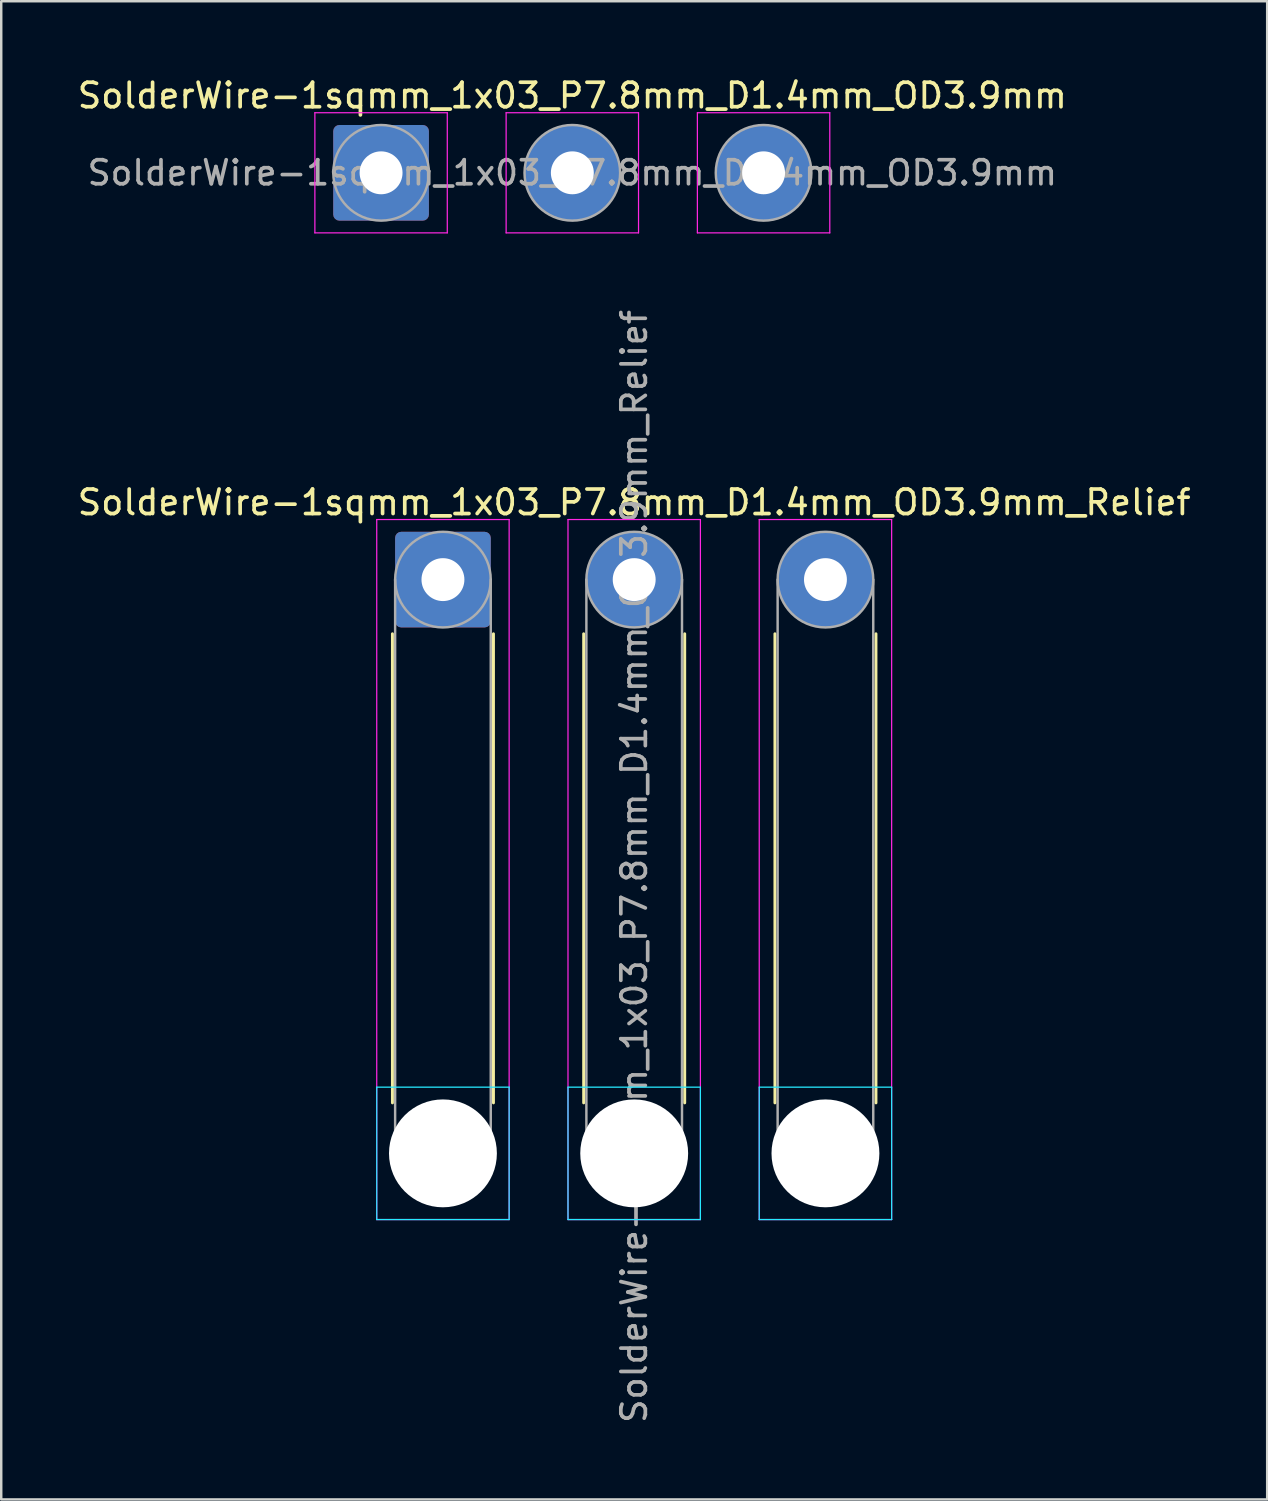
<source format=kicad_pcb>
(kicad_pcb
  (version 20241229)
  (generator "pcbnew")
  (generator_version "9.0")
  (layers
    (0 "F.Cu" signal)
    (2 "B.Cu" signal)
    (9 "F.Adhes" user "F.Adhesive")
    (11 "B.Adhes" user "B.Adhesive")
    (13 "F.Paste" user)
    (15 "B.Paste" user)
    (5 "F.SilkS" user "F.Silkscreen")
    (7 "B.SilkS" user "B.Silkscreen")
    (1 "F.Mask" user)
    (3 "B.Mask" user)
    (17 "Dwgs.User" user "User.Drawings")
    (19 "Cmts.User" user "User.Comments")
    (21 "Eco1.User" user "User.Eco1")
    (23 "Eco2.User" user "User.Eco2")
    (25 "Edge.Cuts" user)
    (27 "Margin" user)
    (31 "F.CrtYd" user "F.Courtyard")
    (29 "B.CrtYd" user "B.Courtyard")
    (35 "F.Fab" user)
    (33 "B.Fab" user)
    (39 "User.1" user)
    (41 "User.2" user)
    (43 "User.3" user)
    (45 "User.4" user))
  (footprint "SolderWire-1sqmm_1x03_P7.8mm_D1.4mm_OD3.9mm_Relief"
    (layer "F.Cu")
    (at 15.015 20.589)
    (property "Reference" "SolderWire-1sqmm_1x03_P7.8mm_D1.4mm_OD3.9mm_Relief" (at 7.8 -3.15 0) (layer "F.SilkS") (effects (font (size 1 1) (thickness 0.15))))
    (attr exclude_from_pos_files exclude_from_bom)
    (fp_line (start -2.06 2.21) (end -2.06 21.34) (stroke (width 0.12) (type solid)) (layer "F.SilkS"))
    (fp_line (start 2.06 2.21) (end 2.06 21.34) (stroke (width 0.12) (type solid)) (layer "F.SilkS"))
    (fp_line (start 5.74 2.21) (end 5.74 21.34) (stroke (width 0.12) (type solid)) (layer "F.SilkS"))
    (fp_line (start 9.86 2.21) (end 9.86 21.34) (stroke (width 0.12) (type solid)) (layer "F.SilkS"))
    (fp_line (start 13.54 2.21) (end 13.54 21.34) (stroke (width 0.12) (type solid)) (layer "F.SilkS"))
    (fp_line (start 17.66 2.21) (end 17.66 21.34) (stroke (width 0.12) (type solid)) (layer "F.SilkS"))
    (fp_line (start -2.7 20.7) (end -2.7 26.1) (stroke (width 0.05) (type solid)) (layer "B.CrtYd"))
    (fp_line (start -2.7 26.1) (end 2.7 26.1) (stroke (width 0.05) (type solid)) (layer "B.CrtYd"))
    (fp_line (start 2.7 20.7) (end -2.7 20.7) (stroke (width 0.05) (type solid)) (layer "B.CrtYd"))
    (fp_line (start 2.7 26.1) (end 2.7 20.7) (stroke (width 0.05) (type solid)) (layer "B.CrtYd"))
    (fp_line (start 5.1 20.7) (end 5.1 26.1) (stroke (width 0.05) (type solid)) (layer "B.CrtYd"))
    (fp_line (start 5.1 26.1) (end 10.5 26.1) (stroke (width 0.05) (type solid)) (layer "B.CrtYd"))
    (fp_line (start 10.5 20.7) (end 5.1 20.7) (stroke (width 0.05) (type solid)) (layer "B.CrtYd"))
    (fp_line (start 10.5 26.1) (end 10.5 20.7) (stroke (width 0.05) (type solid)) (layer "B.CrtYd"))
    (fp_line (start 12.9 20.7) (end 12.9 26.1) (stroke (width 0.05) (type solid)) (layer "B.CrtYd"))
    (fp_line (start 12.9 26.1) (end 18.3 26.1) (stroke (width 0.05) (type solid)) (layer "B.CrtYd"))
    (fp_line (start 18.3 20.7) (end 12.9 20.7) (stroke (width 0.05) (type solid)) (layer "B.CrtYd"))
    (fp_line (start 18.3 26.1) (end 18.3 20.7) (stroke (width 0.05) (type solid)) (layer "B.CrtYd"))
    (fp_line (start -2.7 -2.45) (end -2.7 26.1) (stroke (width 0.05) (type solid)) (layer "F.CrtYd"))
    (fp_line (start -2.7 26.1) (end 2.7 26.1) (stroke (width 0.05) (type solid)) (layer "F.CrtYd"))
    (fp_line (start 2.7 -2.45) (end -2.7 -2.45) (stroke (width 0.05) (type solid)) (layer "F.CrtYd"))
    (fp_line (start 2.7 26.1) (end 2.7 -2.45) (stroke (width 0.05) (type solid)) (layer "F.CrtYd"))
    (fp_line (start 5.1 -2.45) (end 5.1 26.1) (stroke (width 0.05) (type solid)) (layer "F.CrtYd"))
    (fp_line (start 5.1 26.1) (end 10.5 26.1) (stroke (width 0.05) (type solid)) (layer "F.CrtYd"))
    (fp_line (start 10.5 -2.45) (end 5.1 -2.45) (stroke (width 0.05) (type solid)) (layer "F.CrtYd"))
    (fp_line (start 10.5 26.1) (end 10.5 -2.45) (stroke (width 0.05) (type solid)) (layer "F.CrtYd"))
    (fp_line (start 12.9 -2.45) (end 12.9 26.1) (stroke (width 0.05) (type solid)) (layer "F.CrtYd"))
    (fp_line (start 12.9 26.1) (end 18.3 26.1) (stroke (width 0.05) (type solid)) (layer "F.CrtYd"))
    (fp_line (start 18.3 -2.45) (end 12.9 -2.45) (stroke (width 0.05) (type solid)) (layer "F.CrtYd"))
    (fp_line (start 18.3 26.1) (end 18.3 -2.45) (stroke (width 0.05) (type solid)) (layer "F.CrtYd"))
    (fp_line (start -1.95 0) (end -1.95 23.4) (stroke (width 0.1) (type solid)) (layer "F.Fab"))
    (fp_line (start 1.95 0) (end 1.95 23.4) (stroke (width 0.1) (type solid)) (layer "F.Fab"))
    (fp_line (start 5.85 0) (end 5.85 23.4) (stroke (width 0.1) (type solid)) (layer "F.Fab"))
    (fp_line (start 9.75 0) (end 9.75 23.4) (stroke (width 0.1) (type solid)) (layer "F.Fab"))
    (fp_line (start 13.65 0) (end 13.65 23.4) (stroke (width 0.1) (type solid)) (layer "F.Fab"))
    (fp_line (start 17.55 0) (end 17.55 23.4) (stroke (width 0.1) (type solid)) (layer "F.Fab"))
    (fp_circle (center 0 0) (end 1.95 0) (stroke (width 0.1) (type solid)) (fill no) (layer "F.Fab"))
    (fp_circle (center 0 23.4) (end 1.95 23.4) (stroke (width 0.1) (type solid)) (fill no) (layer "F.Fab"))
    (fp_circle (center 7.8 0) (end 9.75 0) (stroke (width 0.1) (type solid)) (fill no) (layer "F.Fab"))
    (fp_circle (center 7.8 23.4) (end 9.75 23.4) (stroke (width 0.1) (type solid)) (fill no) (layer "F.Fab"))
    (fp_circle (center 15.6 0) (end 17.55 0) (stroke (width 0.1) (type solid)) (fill no) (layer "F.Fab"))
    (fp_circle (center 15.6 23.4) (end 17.55 23.4) (stroke (width 0.1) (type solid)) (fill no) (layer "F.Fab"))
    (fp_text user "${REFERENCE}" (at 7.8 11.7 90) (layer "F.Fab") (effects (font (size 1 1) (thickness 0.15))))
    (pad "" np_thru_hole circle (at 0 23.4) (size 4.4 4.4) (drill 4.4) (layers "*.Cu" "*.Mask"))
    (pad "" np_thru_hole circle (at 7.8 23.4) (size 4.4 4.4) (drill 4.4) (layers "*.Cu" "*.Mask"))
    (pad "" np_thru_hole circle (at 15.6 23.4) (size 4.4 4.4) (drill 4.4) (layers "*.Cu" "*.Mask"))
    (pad "1" thru_hole roundrect (at 0 0) (size 3.9 3.9) (drill 1.75) (layers "*.Cu" "*.Mask") (roundrect_rratio 0.064))
    (pad "2" thru_hole circle (at 7.8 0) (size 3.9 3.9) (drill 1.75) (layers "*.Cu" "*.Mask"))
    (pad "3" thru_hole circle (at 15.6 0) (size 3.9 3.9) (drill 1.75) (layers "*.Cu" "*.Mask")))
  (footprint "SolderWire-1sqmm_1x03_P7.8mm_D1.4mm_OD3.9mm"
    (layer "F.Cu")
    (at 12.492 3.998)
    (property "Reference" "SolderWire-1sqmm_1x03_P7.8mm_D1.4mm_OD3.9mm" (at 7.8 -3.15 0) (layer "F.SilkS") (effects (font (size 1 1) (thickness 0.15))))
    (attr exclude_from_pos_files exclude_from_bom)
    (fp_line (start -2.7 -2.45) (end -2.7 2.45) (stroke (width 0.05) (type solid)) (layer "F.CrtYd"))
    (fp_line (start -2.7 2.45) (end 2.7 2.45) (stroke (width 0.05) (type solid)) (layer "F.CrtYd"))
    (fp_line (start 2.7 -2.45) (end -2.7 -2.45) (stroke (width 0.05) (type solid)) (layer "F.CrtYd"))
    (fp_line (start 2.7 2.45) (end 2.7 -2.45) (stroke (width 0.05) (type solid)) (layer "F.CrtYd"))
    (fp_line (start 5.1 -2.45) (end 5.1 2.45) (stroke (width 0.05) (type solid)) (layer "F.CrtYd"))
    (fp_line (start 5.1 2.45) (end 10.5 2.45) (stroke (width 0.05) (type solid)) (layer "F.CrtYd"))
    (fp_line (start 10.5 -2.45) (end 5.1 -2.45) (stroke (width 0.05) (type solid)) (layer "F.CrtYd"))
    (fp_line (start 10.5 2.45) (end 10.5 -2.45) (stroke (width 0.05) (type solid)) (layer "F.CrtYd"))
    (fp_line (start 12.9 -2.45) (end 12.9 2.45) (stroke (width 0.05) (type solid)) (layer "F.CrtYd"))
    (fp_line (start 12.9 2.45) (end 18.3 2.45) (stroke (width 0.05) (type solid)) (layer "F.CrtYd"))
    (fp_line (start 18.3 -2.45) (end 12.9 -2.45) (stroke (width 0.05) (type solid)) (layer "F.CrtYd"))
    (fp_line (start 18.3 2.45) (end 18.3 -2.45) (stroke (width 0.05) (type solid)) (layer "F.CrtYd"))
    (fp_circle (center 0 0) (end 1.95 0) (stroke (width 0.1) (type solid)) (fill no) (layer "F.Fab"))
    (fp_circle (center 7.8 0) (end 9.75 0) (stroke (width 0.1) (type solid)) (fill no) (layer "F.Fab"))
    (fp_circle (center 15.6 0) (end 17.55 0) (stroke (width 0.1) (type solid)) (fill no) (layer "F.Fab"))
    (fp_text user "${REFERENCE}" (at 7.8 0 0) (layer "F.Fab") (effects (font (size 0.98 0.98) (thickness 0.15))))
    (pad "1" thru_hole roundrect (at 0 0) (size 3.9 3.9) (drill 1.75) (layers "*.Cu" "*.Mask") (roundrect_rratio 0.064))
    (pad "2" thru_hole circle (at 7.8 0) (size 3.9 3.9) (drill 1.75) (layers "*.Cu" "*.Mask"))
    (pad "3" thru_hole circle (at 15.6 0) (size 3.9 3.9) (drill 1.75) (layers "*.Cu" "*.Mask")))
  (gr_rect
    (start -3 -3)
    (end 48.631 58.104)
    (stroke (width 0.1) (type default))
    (fill no)
    (layer "Edge.Cuts")))
</source>
